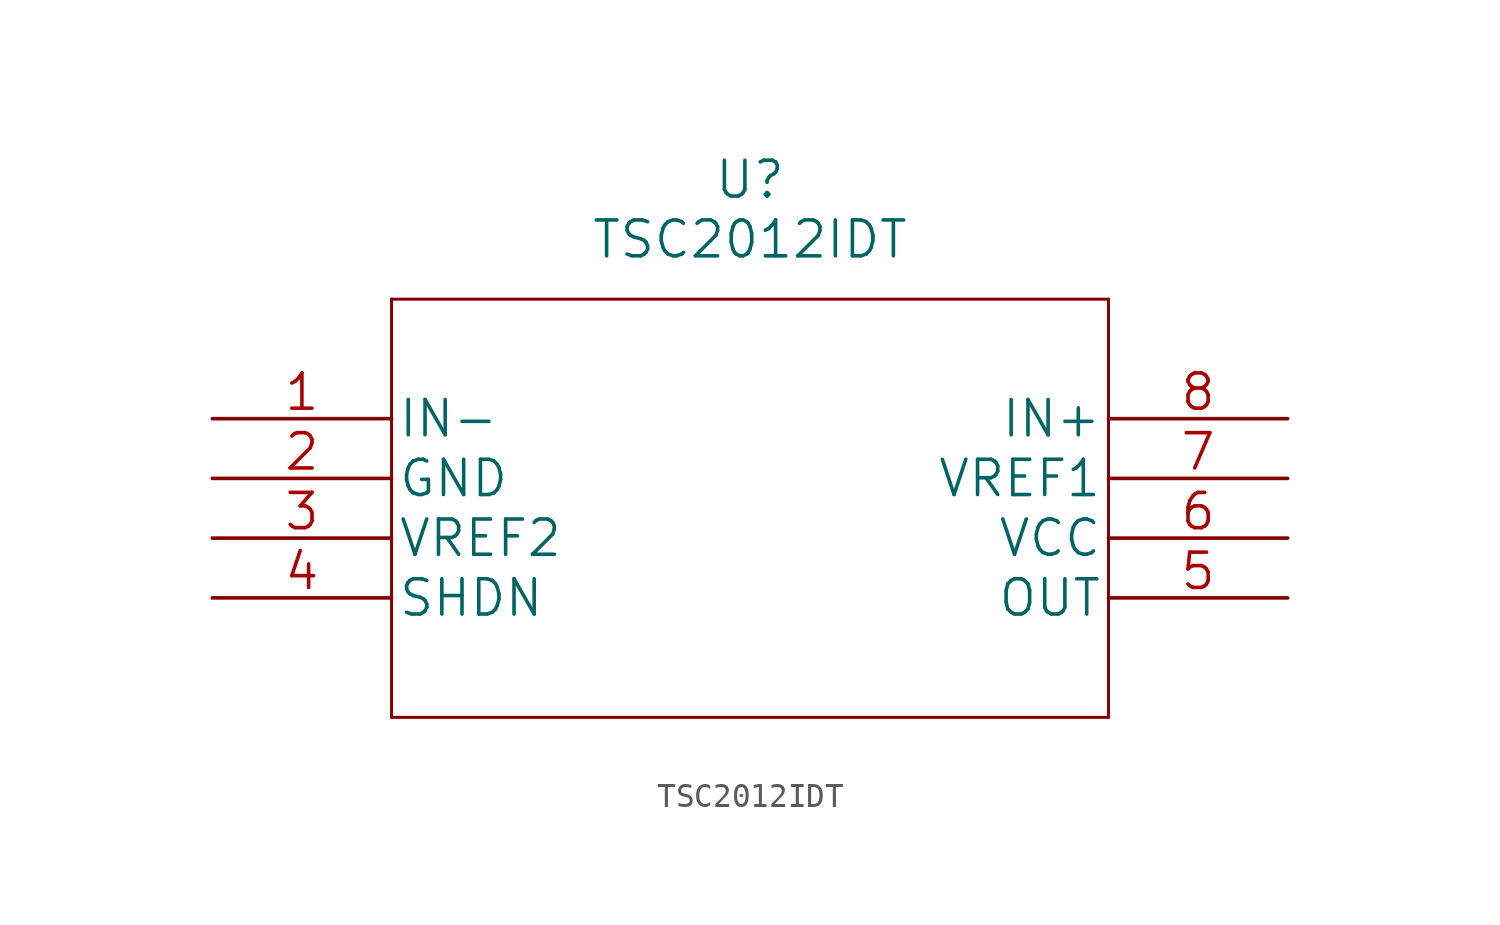
<source format=kicad_sym>
(kicad_symbol_lib
  (version 20220914)
  (generator kicad_symbol_editor)
  (symbol "TSC2012IDT"
    (pin_names
      (offset 0.254))
    (property "Reference" "U"
      (at 22.86 10.16 0)
      (effects (font (size 1.524 1.524))))
    (property "Value" "TSC2012IDT"
      (at 22.86 7.62 0)
      (effects (font (size 1.524 1.524))))
    (symbol "TSC2012IDT_1_1"
      (polyline (pts (xy 7.62 -12.7) (xy 38.1 -12.7)) (stroke (width 0.127) (type default)) (fill (type none)))
      (polyline (pts (xy 7.62 5.08) (xy 7.62 -12.7)) (stroke (width 0.127) (type default)) (fill (type none)))
      (polyline (pts (xy 38.1 -12.7) (xy 38.1 5.08)) (stroke (width 0.127) (type default)) (fill (type none)))
      (polyline (pts (xy 38.1 5.08) (xy 7.62 5.08)) (stroke (width 0.127) (type default)) (fill (type none)))
      (pin input line (at 0 0 0) (length 7.62) (name "IN-" (effects (font (size 1.499 1.499)))) (number "1" (effects (font (size 1.499 1.499)))))
      (pin passive line (at 0 -2.54 0) (length 7.62) (name "GND" (effects (font (size 1.499 1.499)))) (number "2" (effects (font (size 1.499 1.499)))))
      (pin input line (at 0 -5.08 0) (length 7.62) (name "VREF2" (effects (font (size 1.499 1.499)))) (number "3" (effects (font (size 1.499 1.499)))))
      (pin passive line (at 0 -7.62 0) (length 7.62) (name "SHDN" (effects (font (size 1.499 1.499)))) (number "4" (effects (font (size 1.499 1.499)))))
      (pin output line (at 45.72 -7.62 180) (length 7.62) (name "OUT" (effects (font (size 1.499 1.499)))) (number "5" (effects (font (size 1.499 1.499)))))
      (pin input line (at 45.72 -5.08 180) (length 7.62) (name "VCC" (effects (font (size 1.499 1.499)))) (number "6" (effects (font (size 1.499 1.499)))))
      (pin input line (at 45.72 -2.54 180) (length 7.62) (name "VREF1" (effects (font (size 1.499 1.499)))) (number "7" (effects (font (size 1.499 1.499)))))
      (pin input line (at 45.72 0 180) (length 7.62) (name "IN+" (effects (font (size 1.499 1.499)))) (number "8" (effects (font (size 1.499 1.499))))))))
</source>
